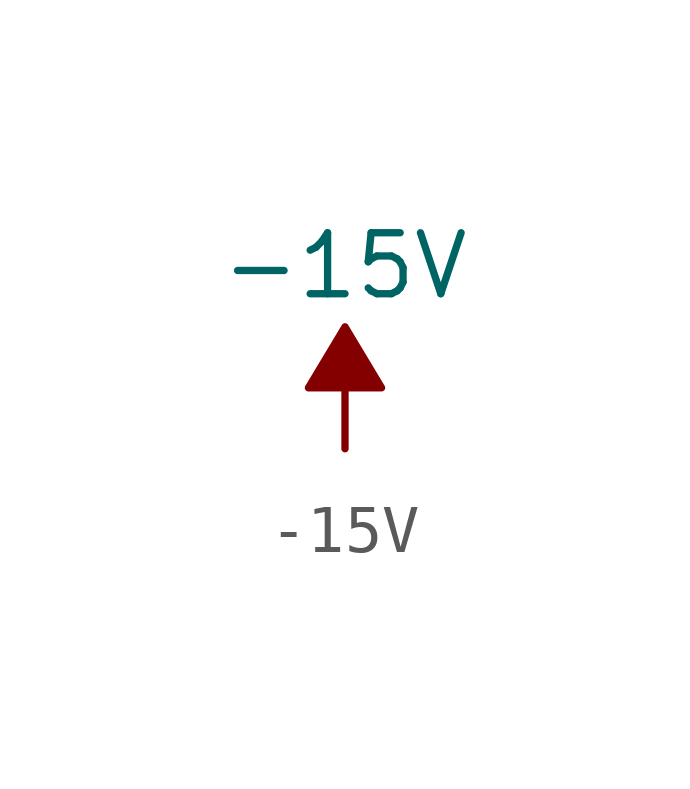
<source format=kicad_sym>
(kicad_symbol_lib
  (version 20220914)
  (generator kicad_symbol_editor)
  (symbol "-15V"
    (power)
    (pin_names
      (offset 0))
    (property "Reference" "#PWR"
      (at 0 2.54 0)
      (effects (font (size 1.27 1.27)) hide))
    (property "Value" "-15V"
      (at 0 3.81 0)
      (effects (font (size 1.27 1.27))))
    (symbol "-15V_0_0"
      (pin power_in line (at 0 0 90) (length 0) hide (name "-15V" (effects (font (size 1.27 1.27)))) (number "1" (effects (font (size 1.27 1.27))))))
    (symbol "-15V_0_1"
      (polyline (pts (xy 0 0) (xy 0 1.27) (xy 0.762 1.27) (xy 0 2.54) (xy -0.762 1.27) (xy 0 1.27)) (stroke (width 0) (type solid)) (fill (type outline))))))
</source>
